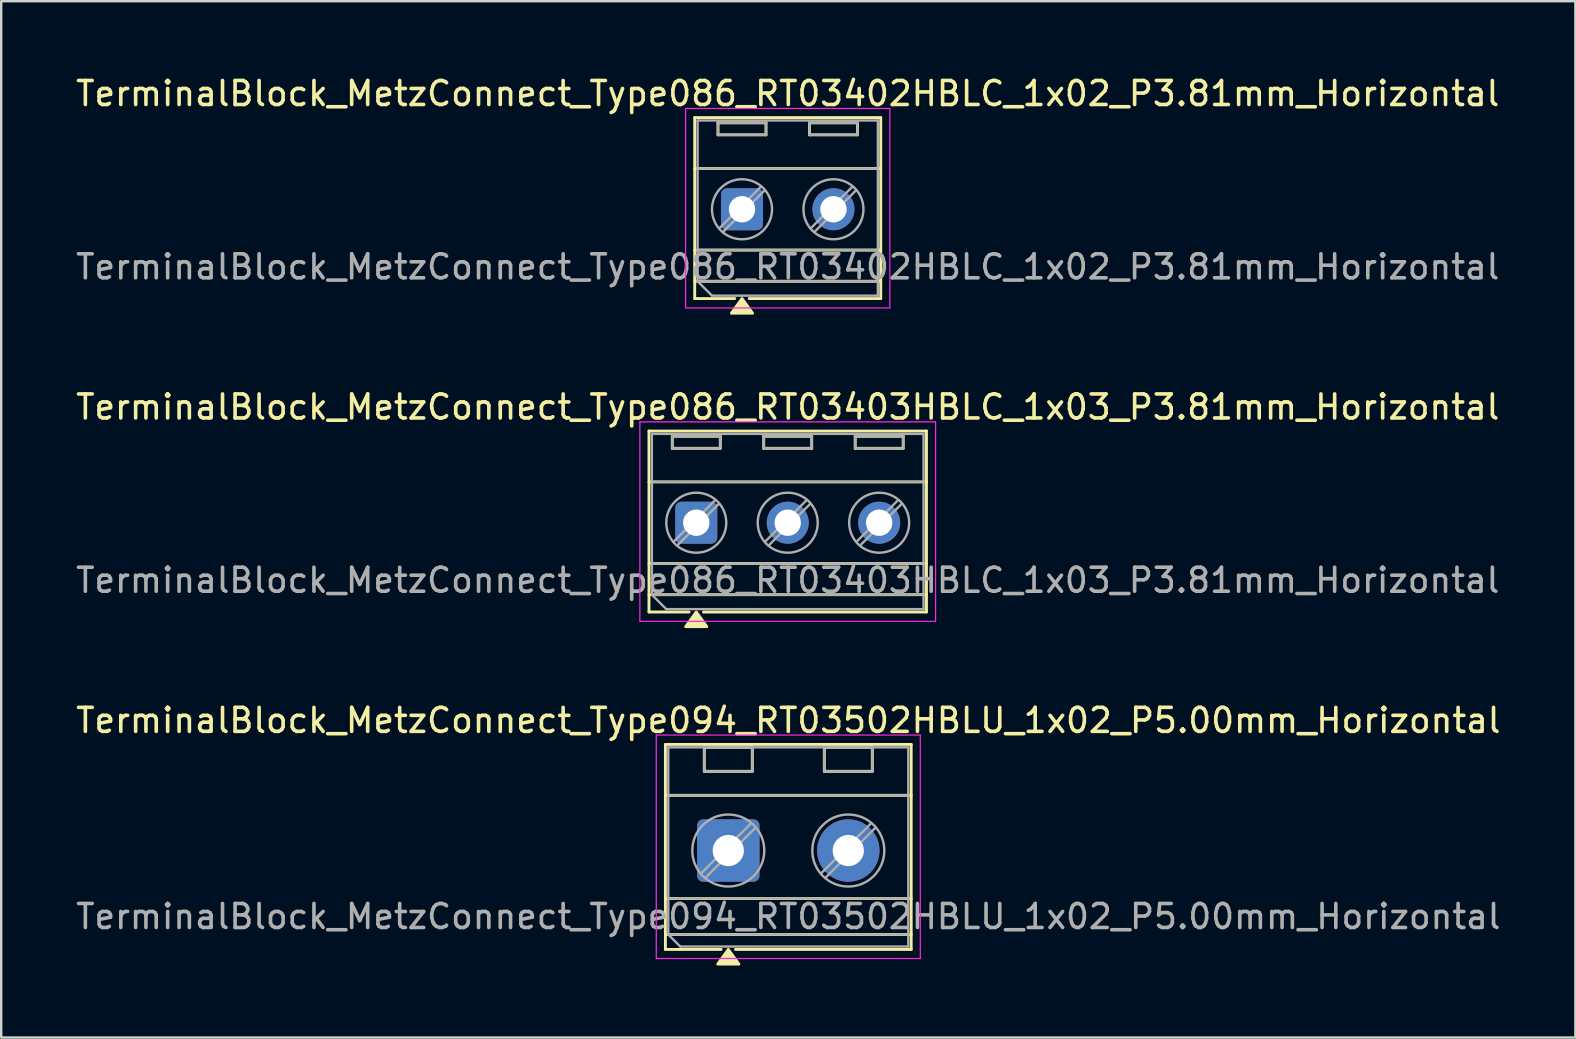
<source format=kicad_pcb>
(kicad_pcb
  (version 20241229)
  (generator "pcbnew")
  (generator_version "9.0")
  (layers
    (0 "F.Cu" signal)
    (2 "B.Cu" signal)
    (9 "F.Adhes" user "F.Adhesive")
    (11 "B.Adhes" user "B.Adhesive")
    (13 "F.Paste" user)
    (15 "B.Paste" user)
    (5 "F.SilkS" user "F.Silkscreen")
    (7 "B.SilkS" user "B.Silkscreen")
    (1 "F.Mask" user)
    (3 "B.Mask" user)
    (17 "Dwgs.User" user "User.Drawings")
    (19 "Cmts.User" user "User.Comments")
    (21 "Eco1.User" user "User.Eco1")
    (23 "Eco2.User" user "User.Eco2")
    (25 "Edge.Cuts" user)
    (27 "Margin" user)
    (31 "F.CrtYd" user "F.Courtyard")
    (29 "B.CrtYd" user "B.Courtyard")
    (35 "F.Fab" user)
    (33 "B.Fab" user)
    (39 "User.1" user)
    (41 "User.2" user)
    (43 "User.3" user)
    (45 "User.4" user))
  (footprint "TerminalBlock_MetzConnect_Type086_RT03402HBLC_1x02_P3.81mm_Horizontal"
    (layer "F.Cu")
    (at 27.863 5.668)
    (property "Reference" "TerminalBlock_MetzConnect_Type086_RT03402HBLC_1x02_P3.81mm_Horizontal" (at 1.905 -4.82 0) (layer "F.SilkS") (effects (font (size 1 1) (thickness 0.15))))
    (attr through_hole)
    (fp_line (start -1.97 -3.82) (end 5.78 -3.82) (stroke (width 0.12) (type solid)) (layer "F.SilkS"))
    (fp_line (start -1.97 -1.7) (end 5.78 -1.7) (stroke (width 0.12) (type solid)) (layer "F.SilkS"))
    (fp_line (start -1.97 1.7) (end 5.78 1.7) (stroke (width 0.12) (type solid)) (layer "F.SilkS"))
    (fp_line (start -1.97 3) (end 5.78 3) (stroke (width 0.12) (type solid)) (layer "F.SilkS"))
    (fp_line (start -1.97 3.72) (end -1.97 -3.82) (stroke (width 0.12) (type solid)) (layer "F.SilkS"))
    (fp_line (start -1 -3.6) (end 1 -3.6) (stroke (width 0.12) (type solid)) (layer "F.SilkS"))
    (fp_line (start -1 -3.1) (end -1 -3.6) (stroke (width 0.12) (type solid)) (layer "F.SilkS"))
    (fp_line (start -0.3 3.72) (end -1.97 3.72) (stroke (width 0.12) (type solid)) (layer "F.SilkS"))
    (fp_line (start 1 -3.6) (end 1 -3.1) (stroke (width 0.12) (type solid)) (layer "F.SilkS"))
    (fp_line (start 1 -3.1) (end -1 -3.1) (stroke (width 0.12) (type solid)) (layer "F.SilkS"))
    (fp_line (start 2.81 -3.6) (end 4.81 -3.6) (stroke (width 0.12) (type solid)) (layer "F.SilkS"))
    (fp_line (start 2.81 -3.1) (end 2.81 -3.6) (stroke (width 0.12) (type solid)) (layer "F.SilkS"))
    (fp_line (start 4.81 -3.6) (end 4.81 -3.1) (stroke (width 0.12) (type solid)) (layer "F.SilkS"))
    (fp_line (start 4.81 -3.1) (end 2.81 -3.1) (stroke (width 0.12) (type solid)) (layer "F.SilkS"))
    (fp_line (start 5.78 -3.82) (end 5.78 3.72) (stroke (width 0.12) (type solid)) (layer "F.SilkS"))
    (fp_line (start 5.78 3.72) (end 0.3 3.72) (stroke (width 0.12) (type solid)) (layer "F.SilkS"))
    (fp_poly (pts (xy 0 3.72) (xy 0.44 4.33) (xy -0.44 4.33)) (stroke (width 0.12) (type solid)) (fill yes) (layer "F.SilkS"))
    (fp_line (start -2.35 -4.2) (end -2.35 4.11) (stroke (width 0.05) (type solid)) (layer "F.CrtYd"))
    (fp_line (start -2.35 4.11) (end 6.16 4.11) (stroke (width 0.05) (type solid)) (layer "F.CrtYd"))
    (fp_line (start 6.16 -4.2) (end -2.35 -4.2) (stroke (width 0.05) (type solid)) (layer "F.CrtYd"))
    (fp_line (start 6.16 4.11) (end 6.16 -4.2) (stroke (width 0.05) (type solid)) (layer "F.CrtYd"))
    (fp_line (start -1.85 -3.7) (end 5.66 -3.7) (stroke (width 0.1) (type solid)) (layer "F.Fab"))
    (fp_line (start -1.85 -1.7) (end 5.66 -1.7) (stroke (width 0.1) (type solid)) (layer "F.Fab"))
    (fp_line (start -1.85 1.7) (end 5.66 1.7) (stroke (width 0.1) (type solid)) (layer "F.Fab"))
    (fp_line (start -1.85 3) (end -1.85 -3.7) (stroke (width 0.1) (type solid)) (layer "F.Fab"))
    (fp_line (start -1.85 3) (end 5.66 3) (stroke (width 0.1) (type solid)) (layer "F.Fab"))
    (fp_line (start -1.25 3.6) (end -1.85 3) (stroke (width 0.1) (type solid)) (layer "F.Fab"))
    (fp_line (start -1 -3.6) (end -1 -3.1) (stroke (width 0.1) (type solid)) (layer "F.Fab"))
    (fp_line (start -1 -3.1) (end 1 -3.1) (stroke (width 0.1) (type solid)) (layer "F.Fab"))
    (fp_line (start 0.795 -0.948) (end -0.948 0.795) (stroke (width 0.1) (type solid)) (layer "F.Fab"))
    (fp_line (start 0.948 -0.795) (end -0.795 0.948) (stroke (width 0.1) (type solid)) (layer "F.Fab"))
    (fp_line (start 1 -3.6) (end -1 -3.6) (stroke (width 0.1) (type solid)) (layer "F.Fab"))
    (fp_line (start 1 -3.1) (end 1 -3.6) (stroke (width 0.1) (type solid)) (layer "F.Fab"))
    (fp_line (start 2.81 -3.6) (end 2.81 -3.1) (stroke (width 0.1) (type solid)) (layer "F.Fab"))
    (fp_line (start 2.81 -3.1) (end 4.81 -3.1) (stroke (width 0.1) (type solid)) (layer "F.Fab"))
    (fp_line (start 4.605 -0.948) (end 2.862 0.795) (stroke (width 0.1) (type solid)) (layer "F.Fab"))
    (fp_line (start 4.758 -0.795) (end 3.015 0.948) (stroke (width 0.1) (type solid)) (layer "F.Fab"))
    (fp_line (start 4.81 -3.6) (end 2.81 -3.6) (stroke (width 0.1) (type solid)) (layer "F.Fab"))
    (fp_line (start 4.81 -3.1) (end 4.81 -3.6) (stroke (width 0.1) (type solid)) (layer "F.Fab"))
    (fp_line (start 5.66 -3.7) (end 5.66 3.6) (stroke (width 0.1) (type solid)) (layer "F.Fab"))
    (fp_line (start 5.66 3.6) (end -1.25 3.6) (stroke (width 0.1) (type solid)) (layer "F.Fab"))
    (fp_circle (center 0 0) (end 1.25 0) (stroke (width 0.1) (type solid)) (fill no) (layer "F.Fab"))
    (fp_circle (center 3.81 0) (end 5.06 0) (stroke (width 0.1) (type solid)) (fill no) (layer "F.Fab"))
    (fp_text user "${REFERENCE}" (at 1.905 2.4 0) (layer "F.Fab") (effects (font (size 1 1) (thickness 0.15))))
    (pad "1" thru_hole roundrect (at 0 0) (size 1.75 1.75) (drill 1.1) (layers "*.Cu" "*.Mask") (roundrect_rratio 0.143))
    (pad "2" thru_hole circle (at 3.81 0) (size 1.75 1.75) (drill 1.1) (layers "*.Cu" "*.Mask")))
  (footprint "TerminalBlock_MetzConnect_Type094_RT03502HBLU_1x02_P5.00mm_Horizontal"
    (layer "F.Cu")
    (at 27.292 32.385)
    (property "Reference" "TerminalBlock_MetzConnect_Type094_RT03502HBLU_1x02_P5.00mm_Horizontal" (at 2.5 -5.42 0) (layer "F.SilkS") (effects (font (size 1 1) (thickness 0.15))))
    (attr through_hole)
    (fp_line (start -2.62 -4.42) (end 7.62 -4.42) (stroke (width 0.12) (type solid)) (layer "F.SilkS"))
    (fp_line (start -2.62 -2.3) (end 7.62 -2.3) (stroke (width 0.12) (type solid)) (layer "F.SilkS"))
    (fp_line (start -2.62 2) (end 7.62 2) (stroke (width 0.12) (type solid)) (layer "F.SilkS"))
    (fp_line (start -2.62 3.5) (end 7.62 3.5) (stroke (width 0.12) (type solid)) (layer "F.SilkS"))
    (fp_line (start -2.62 4.12) (end -2.62 -4.42) (stroke (width 0.12) (type solid)) (layer "F.SilkS"))
    (fp_line (start -1 -4.3) (end 1 -4.3) (stroke (width 0.12) (type solid)) (layer "F.SilkS"))
    (fp_line (start -1 -3.3) (end -1 -4.3) (stroke (width 0.12) (type solid)) (layer "F.SilkS"))
    (fp_line (start -0.3 4.12) (end -2.62 4.12) (stroke (width 0.12) (type solid)) (layer "F.SilkS"))
    (fp_line (start 1 -4.3) (end 1 -3.3) (stroke (width 0.12) (type solid)) (layer "F.SilkS"))
    (fp_line (start 1 -3.3) (end -1 -3.3) (stroke (width 0.12) (type solid)) (layer "F.SilkS"))
    (fp_line (start 4 -4.3) (end 6 -4.3) (stroke (width 0.12) (type solid)) (layer "F.SilkS"))
    (fp_line (start 4 -3.3) (end 4 -4.3) (stroke (width 0.12) (type solid)) (layer "F.SilkS"))
    (fp_line (start 6 -4.3) (end 6 -3.3) (stroke (width 0.12) (type solid)) (layer "F.SilkS"))
    (fp_line (start 6 -3.3) (end 4 -3.3) (stroke (width 0.12) (type solid)) (layer "F.SilkS"))
    (fp_line (start 7.62 -4.42) (end 7.62 4.12) (stroke (width 0.12) (type solid)) (layer "F.SilkS"))
    (fp_line (start 7.62 4.12) (end 0.3 4.12) (stroke (width 0.12) (type solid)) (layer "F.SilkS"))
    (fp_poly (pts (xy 0 4.12) (xy 0.44 4.73) (xy -0.44 4.73)) (stroke (width 0.12) (type solid)) (fill yes) (layer "F.SilkS"))
    (fp_line (start -3 -4.81) (end -3 4.5) (stroke (width 0.05) (type solid)) (layer "F.CrtYd"))
    (fp_line (start -3 4.5) (end 8 4.5) (stroke (width 0.05) (type solid)) (layer "F.CrtYd"))
    (fp_line (start 8 -4.81) (end -3 -4.81) (stroke (width 0.05) (type solid)) (layer "F.CrtYd"))
    (fp_line (start 8 4.5) (end 8 -4.81) (stroke (width 0.05) (type solid)) (layer "F.CrtYd"))
    (fp_line (start -2.5 -4.3) (end 7.5 -4.3) (stroke (width 0.1) (type solid)) (layer "F.Fab"))
    (fp_line (start -2.5 -2.3) (end 7.5 -2.3) (stroke (width 0.1) (type solid)) (layer "F.Fab"))
    (fp_line (start -2.5 2) (end 7.5 2) (stroke (width 0.1) (type solid)) (layer "F.Fab"))
    (fp_line (start -2.5 3.5) (end -2.5 -4.3) (stroke (width 0.1) (type solid)) (layer "F.Fab"))
    (fp_line (start -2.5 3.5) (end 7.5 3.5) (stroke (width 0.1) (type solid)) (layer "F.Fab"))
    (fp_line (start -2 4) (end -2.5 3.5) (stroke (width 0.1) (type solid)) (layer "F.Fab"))
    (fp_line (start -1 -4.3) (end -1 -3.3) (stroke (width 0.1) (type solid)) (layer "F.Fab"))
    (fp_line (start -1 -3.3) (end 1 -3.3) (stroke (width 0.1) (type solid)) (layer "F.Fab"))
    (fp_line (start 0.955 -1.138) (end -1.138 0.955) (stroke (width 0.1) (type solid)) (layer "F.Fab"))
    (fp_line (start 1 -4.3) (end -1 -4.3) (stroke (width 0.1) (type solid)) (layer "F.Fab"))
    (fp_line (start 1 -3.3) (end 1 -4.3) (stroke (width 0.1) (type solid)) (layer "F.Fab"))
    (fp_line (start 1.138 -0.955) (end -0.955 1.138) (stroke (width 0.1) (type solid)) (layer "F.Fab"))
    (fp_line (start 4 -4.3) (end 4 -3.3) (stroke (width 0.1) (type solid)) (layer "F.Fab"))
    (fp_line (start 4 -3.3) (end 6 -3.3) (stroke (width 0.1) (type solid)) (layer "F.Fab"))
    (fp_line (start 5.955 -1.138) (end 3.862 0.955) (stroke (width 0.1) (type solid)) (layer "F.Fab"))
    (fp_line (start 6 -4.3) (end 4 -4.3) (stroke (width 0.1) (type solid)) (layer "F.Fab"))
    (fp_line (start 6 -3.3) (end 6 -4.3) (stroke (width 0.1) (type solid)) (layer "F.Fab"))
    (fp_line (start 6.138 -0.955) (end 4.045 1.138) (stroke (width 0.1) (type solid)) (layer "F.Fab"))
    (fp_line (start 7.5 -4.3) (end 7.5 4) (stroke (width 0.1) (type solid)) (layer "F.Fab"))
    (fp_line (start 7.5 4) (end -2 4) (stroke (width 0.1) (type solid)) (layer "F.Fab"))
    (fp_circle (center 0 0) (end 1.5 0) (stroke (width 0.1) (type solid)) (fill no) (layer "F.Fab"))
    (fp_circle (center 5 0) (end 6.5 0) (stroke (width 0.1) (type solid)) (fill no) (layer "F.Fab"))
    (fp_text user "${REFERENCE}" (at 2.5 2.75 0) (layer "F.Fab") (effects (font (size 1 1) (thickness 0.15))))
    (pad "1" thru_hole roundrect (at 0 0) (size 2.6 2.6) (drill 1.3) (layers "*.Cu" "*.Mask") (roundrect_rratio 0.096))
    (pad "2" thru_hole circle (at 5 0) (size 2.6 2.6) (drill 1.3) (layers "*.Cu" "*.Mask")))
  (footprint "TerminalBlock_MetzConnect_Type086_RT03403HBLC_1x03_P3.81mm_Horizontal"
    (layer "F.Cu")
    (at 25.958 18.727)
    (property "Reference" "TerminalBlock_MetzConnect_Type086_RT03403HBLC_1x03_P3.81mm_Horizontal" (at 3.81 -4.82 0) (layer "F.SilkS") (effects (font (size 1 1) (thickness 0.15))))
    (attr through_hole)
    (fp_line (start -1.97 -3.82) (end 9.59 -3.82) (stroke (width 0.12) (type solid)) (layer "F.SilkS"))
    (fp_line (start -1.97 -1.7) (end 9.59 -1.7) (stroke (width 0.12) (type solid)) (layer "F.SilkS"))
    (fp_line (start -1.97 1.7) (end 9.59 1.7) (stroke (width 0.12) (type solid)) (layer "F.SilkS"))
    (fp_line (start -1.97 3) (end 9.59 3) (stroke (width 0.12) (type solid)) (layer "F.SilkS"))
    (fp_line (start -1.97 3.72) (end -1.97 -3.82) (stroke (width 0.12) (type solid)) (layer "F.SilkS"))
    (fp_line (start -1 -3.6) (end 1 -3.6) (stroke (width 0.12) (type solid)) (layer "F.SilkS"))
    (fp_line (start -1 -3.1) (end -1 -3.6) (stroke (width 0.12) (type solid)) (layer "F.SilkS"))
    (fp_line (start -0.3 3.72) (end -1.97 3.72) (stroke (width 0.12) (type solid)) (layer "F.SilkS"))
    (fp_line (start 1 -3.6) (end 1 -3.1) (stroke (width 0.12) (type solid)) (layer "F.SilkS"))
    (fp_line (start 1 -3.1) (end -1 -3.1) (stroke (width 0.12) (type solid)) (layer "F.SilkS"))
    (fp_line (start 2.81 -3.6) (end 4.81 -3.6) (stroke (width 0.12) (type solid)) (layer "F.SilkS"))
    (fp_line (start 2.81 -3.1) (end 2.81 -3.6) (stroke (width 0.12) (type solid)) (layer "F.SilkS"))
    (fp_line (start 4.81 -3.6) (end 4.81 -3.1) (stroke (width 0.12) (type solid)) (layer "F.SilkS"))
    (fp_line (start 4.81 -3.1) (end 2.81 -3.1) (stroke (width 0.12) (type solid)) (layer "F.SilkS"))
    (fp_line (start 6.62 -3.6) (end 8.62 -3.6) (stroke (width 0.12) (type solid)) (layer "F.SilkS"))
    (fp_line (start 6.62 -3.1) (end 6.62 -3.6) (stroke (width 0.12) (type solid)) (layer "F.SilkS"))
    (fp_line (start 8.62 -3.6) (end 8.62 -3.1) (stroke (width 0.12) (type solid)) (layer "F.SilkS"))
    (fp_line (start 8.62 -3.1) (end 6.62 -3.1) (stroke (width 0.12) (type solid)) (layer "F.SilkS"))
    (fp_line (start 9.59 -3.82) (end 9.59 3.72) (stroke (width 0.12) (type solid)) (layer "F.SilkS"))
    (fp_line (start 9.59 3.72) (end 0.3 3.72) (stroke (width 0.12) (type solid)) (layer "F.SilkS"))
    (fp_poly (pts (xy 0 3.72) (xy 0.44 4.33) (xy -0.44 4.33)) (stroke (width 0.12) (type solid)) (fill yes) (layer "F.SilkS"))
    (fp_line (start -2.35 -4.2) (end -2.35 4.11) (stroke (width 0.05) (type solid)) (layer "F.CrtYd"))
    (fp_line (start -2.35 4.11) (end 9.97 4.11) (stroke (width 0.05) (type solid)) (layer "F.CrtYd"))
    (fp_line (start 9.97 -4.2) (end -2.35 -4.2) (stroke (width 0.05) (type solid)) (layer "F.CrtYd"))
    (fp_line (start 9.97 4.11) (end 9.97 -4.2) (stroke (width 0.05) (type solid)) (layer "F.CrtYd"))
    (fp_line (start -1.85 -3.7) (end 9.47 -3.7) (stroke (width 0.1) (type solid)) (layer "F.Fab"))
    (fp_line (start -1.85 -1.7) (end 9.47 -1.7) (stroke (width 0.1) (type solid)) (layer "F.Fab"))
    (fp_line (start -1.85 1.7) (end 9.47 1.7) (stroke (width 0.1) (type solid)) (layer "F.Fab"))
    (fp_line (start -1.85 3) (end -1.85 -3.7) (stroke (width 0.1) (type solid)) (layer "F.Fab"))
    (fp_line (start -1.85 3) (end 9.47 3) (stroke (width 0.1) (type solid)) (layer "F.Fab"))
    (fp_line (start -1.25 3.6) (end -1.85 3) (stroke (width 0.1) (type solid)) (layer "F.Fab"))
    (fp_line (start -1 -3.6) (end -1 -3.1) (stroke (width 0.1) (type solid)) (layer "F.Fab"))
    (fp_line (start -1 -3.1) (end 1 -3.1) (stroke (width 0.1) (type solid)) (layer "F.Fab"))
    (fp_line (start 0.795 -0.948) (end -0.948 0.795) (stroke (width 0.1) (type solid)) (layer "F.Fab"))
    (fp_line (start 0.948 -0.795) (end -0.795 0.948) (stroke (width 0.1) (type solid)) (layer "F.Fab"))
    (fp_line (start 1 -3.6) (end -1 -3.6) (stroke (width 0.1) (type solid)) (layer "F.Fab"))
    (fp_line (start 1 -3.1) (end 1 -3.6) (stroke (width 0.1) (type solid)) (layer "F.Fab"))
    (fp_line (start 2.81 -3.6) (end 2.81 -3.1) (stroke (width 0.1) (type solid)) (layer "F.Fab"))
    (fp_line (start 2.81 -3.1) (end 4.81 -3.1) (stroke (width 0.1) (type solid)) (layer "F.Fab"))
    (fp_line (start 4.605 -0.948) (end 2.862 0.795) (stroke (width 0.1) (type solid)) (layer "F.Fab"))
    (fp_line (start 4.758 -0.795) (end 3.015 0.948) (stroke (width 0.1) (type solid)) (layer "F.Fab"))
    (fp_line (start 4.81 -3.6) (end 2.81 -3.6) (stroke (width 0.1) (type solid)) (layer "F.Fab"))
    (fp_line (start 4.81 -3.1) (end 4.81 -3.6) (stroke (width 0.1) (type solid)) (layer "F.Fab"))
    (fp_line (start 6.62 -3.6) (end 6.62 -3.1) (stroke (width 0.1) (type solid)) (layer "F.Fab"))
    (fp_line (start 6.62 -3.1) (end 8.62 -3.1) (stroke (width 0.1) (type solid)) (layer "F.Fab"))
    (fp_line (start 8.415 -0.948) (end 6.672 0.795) (stroke (width 0.1) (type solid)) (layer "F.Fab"))
    (fp_line (start 8.568 -0.795) (end 6.825 0.948) (stroke (width 0.1) (type solid)) (layer "F.Fab"))
    (fp_line (start 8.62 -3.6) (end 6.62 -3.6) (stroke (width 0.1) (type solid)) (layer "F.Fab"))
    (fp_line (start 8.62 -3.1) (end 8.62 -3.6) (stroke (width 0.1) (type solid)) (layer "F.Fab"))
    (fp_line (start 9.47 -3.7) (end 9.47 3.6) (stroke (width 0.1) (type solid)) (layer "F.Fab"))
    (fp_line (start 9.47 3.6) (end -1.25 3.6) (stroke (width 0.1) (type solid)) (layer "F.Fab"))
    (fp_circle (center 0 0) (end 1.25 0) (stroke (width 0.1) (type solid)) (fill no) (layer "F.Fab"))
    (fp_circle (center 3.81 0) (end 5.06 0) (stroke (width 0.1) (type solid)) (fill no) (layer "F.Fab"))
    (fp_circle (center 7.62 0) (end 8.87 0) (stroke (width 0.1) (type solid)) (fill no) (layer "F.Fab"))
    (fp_text user "${REFERENCE}" (at 3.81 2.4 0) (layer "F.Fab") (effects (font (size 1 1) (thickness 0.15))))
    (pad "1" thru_hole roundrect (at 0 0) (size 1.75 1.75) (drill 1.1) (layers "*.Cu" "*.Mask") (roundrect_rratio 0.143))
    (pad "2" thru_hole circle (at 3.81 0) (size 1.75 1.75) (drill 1.1) (layers "*.Cu" "*.Mask"))
    (pad "3" thru_hole circle (at 7.62 0) (size 1.75 1.75) (drill 1.1) (layers "*.Cu" "*.Mask")))
  (gr_rect
    (start -3 -3)
    (end 62.583 40.175)
    (stroke (width 0.1) (type default))
    (fill no)
    (layer "Edge.Cuts")))
</source>
